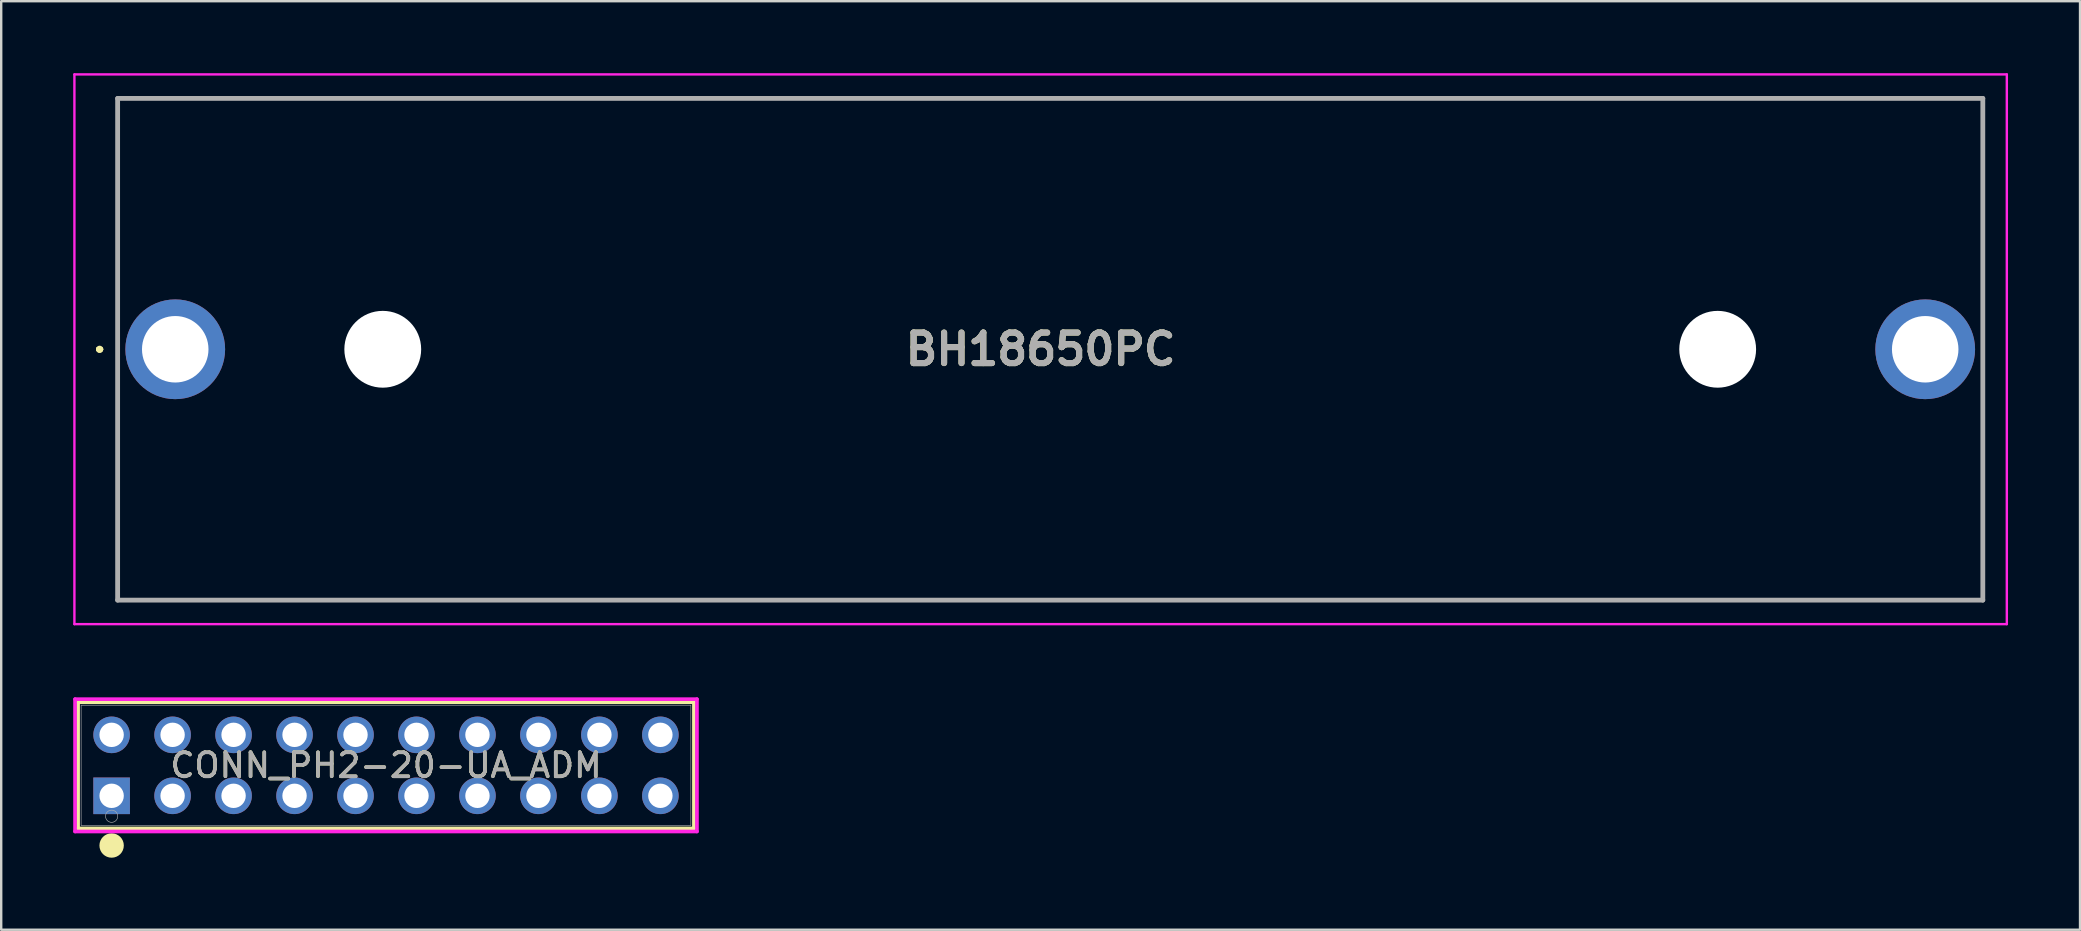
<source format=kicad_pcb>
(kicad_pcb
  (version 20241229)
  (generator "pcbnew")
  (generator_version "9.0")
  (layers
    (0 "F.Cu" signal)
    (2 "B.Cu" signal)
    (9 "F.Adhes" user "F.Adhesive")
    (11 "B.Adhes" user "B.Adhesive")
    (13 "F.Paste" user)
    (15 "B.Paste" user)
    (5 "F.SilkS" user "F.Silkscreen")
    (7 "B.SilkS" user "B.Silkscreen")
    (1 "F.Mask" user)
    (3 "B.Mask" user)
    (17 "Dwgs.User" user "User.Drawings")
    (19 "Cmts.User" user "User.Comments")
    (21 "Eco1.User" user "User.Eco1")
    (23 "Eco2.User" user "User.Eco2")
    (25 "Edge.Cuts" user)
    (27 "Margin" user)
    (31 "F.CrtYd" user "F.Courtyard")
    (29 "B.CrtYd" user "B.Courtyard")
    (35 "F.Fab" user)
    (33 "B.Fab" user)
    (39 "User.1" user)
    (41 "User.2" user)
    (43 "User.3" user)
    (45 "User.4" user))
  (footprint "BH18650PC"
    (layer "F.Cu")
    (at 4.25 11.5)
    (property "Reference" "BH18650PC" (at 36.05 0 0) (layer "F.SilkS") (effects (font (size 1.27 1.27) (thickness 0.254))))
    (attr through_hole)
    (fp_line (start -3.2 0) (end -3.2 0) (stroke (width 0.2) (type solid)) (layer "F.SilkS"))
    (fp_line (start -3.2 0) (end -3.2 0) (stroke (width 0.2) (type solid)) (layer "F.SilkS"))
    (fp_line (start -3.1 0) (end -3.1 0) (stroke (width 0.2) (type solid)) (layer "F.SilkS"))
    (fp_line (start -2.4 -10.45) (end 75.3 -10.45) (stroke (width 0.1) (type solid)) (layer "F.SilkS"))
    (fp_line (start -2.4 10.45) (end -2.4 -10.45) (stroke (width 0.1) (type solid)) (layer "F.SilkS"))
    (fp_line (start 75.3 -10.45) (end 75.3 10.45) (stroke (width 0.1) (type solid)) (layer "F.SilkS"))
    (fp_line (start 75.3 10.45) (end -2.4 10.45) (stroke (width 0.1) (type solid)) (layer "F.SilkS"))
    (fp_arc (start -3.2 0) (mid -3.15 -0.05) (end -3.1 0) (stroke (width 0.2) (type solid)) (layer "F.SilkS"))
    (fp_arc (start -3.1 0) (mid -3.15 0.05) (end -3.2 0) (stroke (width 0.2) (type solid)) (layer "F.SilkS"))
    (fp_arc (start -3.1 0) (mid -3.15 0.05) (end -3.2 0) (stroke (width 0.2) (type solid)) (layer "F.SilkS"))
    (fp_line (start -4.2 -11.45) (end 76.3 -11.45) (stroke (width 0.1) (type solid)) (layer "F.CrtYd"))
    (fp_line (start -4.2 11.45) (end -4.2 -11.45) (stroke (width 0.1) (type solid)) (layer "F.CrtYd"))
    (fp_line (start 76.3 -11.45) (end 76.3 11.45) (stroke (width 0.1) (type solid)) (layer "F.CrtYd"))
    (fp_line (start 76.3 11.45) (end -4.2 11.45) (stroke (width 0.1) (type solid)) (layer "F.CrtYd"))
    (fp_line (start -2.4 -10.45) (end -2.4 10.45) (stroke (width 0.2) (type solid)) (layer "F.Fab"))
    (fp_line (start -2.4 10.45) (end 75.3 10.45) (stroke (width 0.2) (type solid)) (layer "F.Fab"))
    (fp_line (start 75.3 -10.45) (end -2.4 -10.45) (stroke (width 0.2) (type solid)) (layer "F.Fab"))
    (fp_line (start 75.3 10.45) (end 75.3 -10.45) (stroke (width 0.2) (type solid)) (layer "F.Fab"))
    (fp_text user "${REFERENCE}" (at 36.05 0 0) (layer "F.Fab") (effects (font (size 1.27 1.27) (thickness 0.254))))
    (pad "" np_thru_hole circle (at 8.645 0) (size 3.2 3.2) (drill 3.2) (layers "*.Cu" "*.Mask"))
    (pad "" np_thru_hole circle (at 64.255 0) (size 3.2 3.2) (drill 3.2) (layers "*.Cu" "*.Mask"))
    (pad "1" thru_hole circle (at 0 0) (size 4.155 4.155) (drill 2.77) (layers "*.Cu" "*.Mask"))
    (pad "2" thru_hole circle (at 72.9 0) (size 4.155 4.155) (drill 2.77) (layers "*.Cu" "*.Mask")))
  (footprint "CONN_PH2-20-UA_ADM"
    (layer "F.Cu")
    (at 1.6 30.102)
    (property "Reference" "CONN_PH2-20-UA_ADM" (at 11.43 -1.27 0) (unlocked yes) (layer "F.SilkS") (effects (font (size 1 1) (thickness 0.15))))
    (attr through_hole)
    (fp_line (start -1.397 -3.899) (end -1.397 1.359) (stroke (width 0.152) (type solid)) (layer "F.SilkS"))
    (fp_line (start -1.397 1.359) (end 24.257 1.359) (stroke (width 0.152) (type solid)) (layer "F.SilkS"))
    (fp_line (start 24.257 -3.899) (end -1.397 -3.899) (stroke (width 0.152) (type solid)) (layer "F.SilkS"))
    (fp_line (start 24.257 1.359) (end 24.257 -3.899) (stroke (width 0.152) (type solid)) (layer "F.SilkS"))
    (fp_circle (center 0 2.07) (end 0.254 2.07) (stroke (width 0.508) (type solid)) (fill no) (layer "F.SilkS"))
    (fp_line (start -1.524 -4.026) (end -1.524 1.486) (stroke (width 0.152) (type solid)) (layer "F.CrtYd"))
    (fp_line (start -1.524 1.486) (end 24.384 1.486) (stroke (width 0.152) (type solid)) (layer "F.CrtYd"))
    (fp_line (start 24.384 -4.026) (end -1.524 -4.026) (stroke (width 0.152) (type solid)) (layer "F.CrtYd"))
    (fp_line (start 24.384 1.486) (end 24.384 -4.026) (stroke (width 0.152) (type solid)) (layer "F.CrtYd"))
    (fp_line (start -1.27 -3.772) (end -1.27 1.232) (stroke (width 0.025) (type solid)) (layer "F.Fab"))
    (fp_line (start -1.27 1.232) (end 24.13 1.232) (stroke (width 0.025) (type solid)) (layer "F.Fab"))
    (fp_line (start 24.13 -3.772) (end -1.27 -3.772) (stroke (width 0.025) (type solid)) (layer "F.Fab"))
    (fp_line (start 24.13 1.232) (end 24.13 -3.772) (stroke (width 0.025) (type solid)) (layer "F.Fab"))
    (fp_circle (center 0 0.851) (end 0.254 0.851) (stroke (width 0.025) (type solid)) (fill no) (layer "F.Fab"))
    (fp_text user "${REFERENCE}" (at 11.43 -1.27 0) (unlocked yes) (layer "F.Fab") (effects (font (size 1 1) (thickness 0.15))))
    (pad "1" thru_hole rect (at 0 0) (size 1.524 1.524) (drill 1.016) (layers "*.Cu" "*.Mask"))
    (pad "2" thru_hole circle (at 0 -2.54) (size 1.524 1.524) (drill 1.016) (layers "*.Cu" "*.Mask"))
    (pad "3" thru_hole circle (at 2.54 0) (size 1.524 1.524) (drill 1.016) (layers "*.Cu" "*.Mask"))
    (pad "4" thru_hole circle (at 2.54 -2.54) (size 1.524 1.524) (drill 1.016) (layers "*.Cu" "*.Mask"))
    (pad "5" thru_hole circle (at 5.08 0) (size 1.524 1.524) (drill 1.016) (layers "*.Cu" "*.Mask"))
    (pad "6" thru_hole circle (at 5.08 -2.54) (size 1.524 1.524) (drill 1.016) (layers "*.Cu" "*.Mask"))
    (pad "7" thru_hole circle (at 7.62 0) (size 1.524 1.524) (drill 1.016) (layers "*.Cu" "*.Mask"))
    (pad "8" thru_hole circle (at 7.62 -2.54) (size 1.524 1.524) (drill 1.016) (layers "*.Cu" "*.Mask"))
    (pad "9" thru_hole circle (at 10.16 0) (size 1.524 1.524) (drill 1.016) (layers "*.Cu" "*.Mask"))
    (pad "10" thru_hole circle (at 10.16 -2.54) (size 1.524 1.524) (drill 1.016) (layers "*.Cu" "*.Mask"))
    (pad "11" thru_hole circle (at 12.7 0) (size 1.524 1.524) (drill 1.016) (layers "*.Cu" "*.Mask"))
    (pad "12" thru_hole circle (at 12.7 -2.54) (size 1.524 1.524) (drill 1.016) (layers "*.Cu" "*.Mask"))
    (pad "13" thru_hole circle (at 15.24 0) (size 1.524 1.524) (drill 1.016) (layers "*.Cu" "*.Mask"))
    (pad "14" thru_hole circle (at 15.24 -2.54) (size 1.524 1.524) (drill 1.016) (layers "*.Cu" "*.Mask"))
    (pad "15" thru_hole circle (at 17.78 0) (size 1.524 1.524) (drill 1.016) (layers "*.Cu" "*.Mask"))
    (pad "16" thru_hole circle (at 17.78 -2.54) (size 1.524 1.524) (drill 1.016) (layers "*.Cu" "*.Mask"))
    (pad "17" thru_hole circle (at 20.32 0) (size 1.524 1.524) (drill 1.016) (layers "*.Cu" "*.Mask"))
    (pad "18" thru_hole circle (at 20.32 -2.54) (size 1.524 1.524) (drill 1.016) (layers "*.Cu" "*.Mask"))
    (pad "19" thru_hole circle (at 22.86 0) (size 1.524 1.524) (drill 1.016) (layers "*.Cu" "*.Mask"))
    (pad "20" thru_hole circle (at 22.86 -2.54) (size 1.524 1.524) (drill 1.016) (layers "*.Cu" "*.Mask")))
  (gr_rect
    (start -3 -3)
    (end 83.6 35.68)
    (stroke (width 0.1) (type default))
    (fill no)
    (layer "Edge.Cuts")))
</source>
